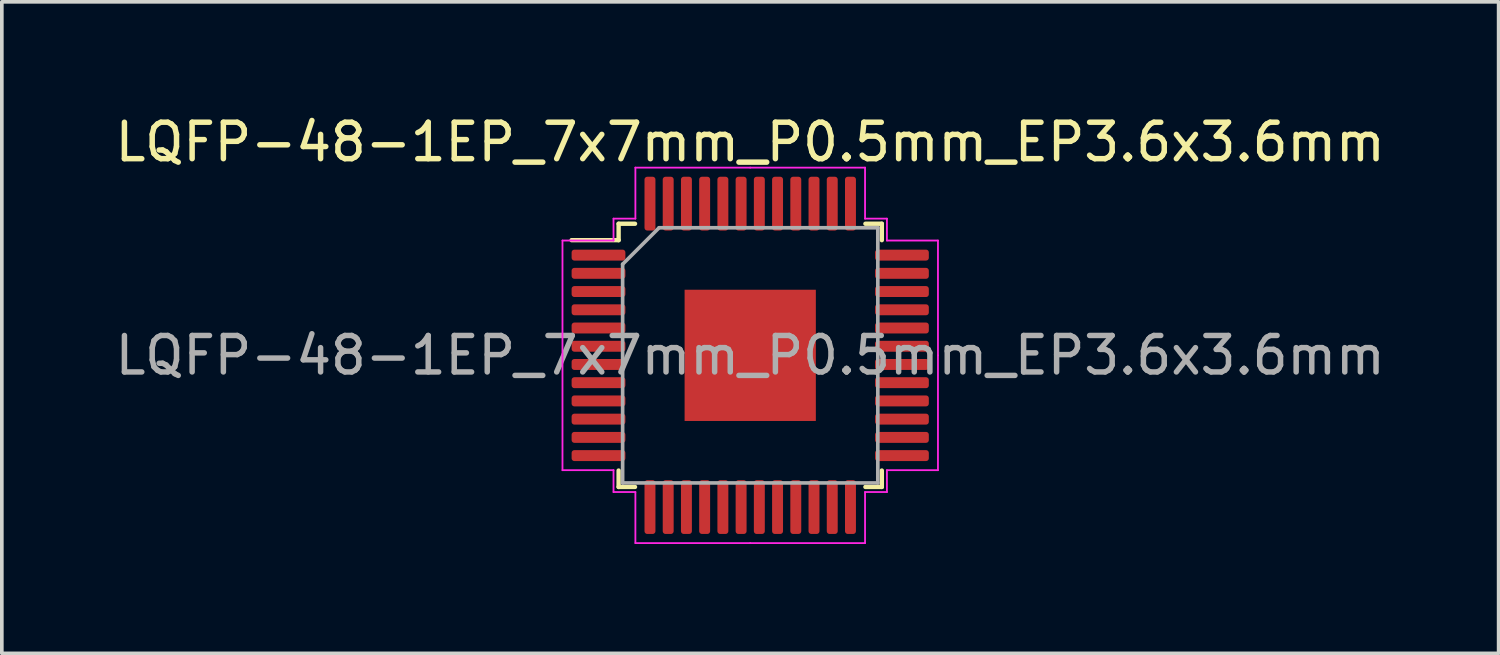
<source format=kicad_pcb>
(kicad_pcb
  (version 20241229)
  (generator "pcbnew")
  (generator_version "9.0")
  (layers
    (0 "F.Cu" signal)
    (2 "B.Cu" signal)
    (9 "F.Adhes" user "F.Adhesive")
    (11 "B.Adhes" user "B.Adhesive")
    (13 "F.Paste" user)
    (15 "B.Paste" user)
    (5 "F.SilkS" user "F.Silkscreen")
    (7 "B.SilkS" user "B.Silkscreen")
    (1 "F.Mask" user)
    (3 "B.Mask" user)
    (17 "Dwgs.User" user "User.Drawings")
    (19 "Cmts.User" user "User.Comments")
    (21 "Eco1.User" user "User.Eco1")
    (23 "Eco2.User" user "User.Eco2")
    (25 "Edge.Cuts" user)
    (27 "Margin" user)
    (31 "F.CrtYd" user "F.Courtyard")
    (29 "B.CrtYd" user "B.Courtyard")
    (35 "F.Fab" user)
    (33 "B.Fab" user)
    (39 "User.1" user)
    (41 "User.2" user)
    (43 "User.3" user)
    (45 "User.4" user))
  (footprint "LQFP-48-1EP_7x7mm_P0.5mm_EP3.6x3.6mm"
    (layer "F.Cu")
    (at 17.53 6.698)
    (property "Reference" "LQFP-48-1EP_7x7mm_P0.5mm_EP3.6x3.6mm" (at 0 -5.85 0) (layer "F.SilkS") (effects (font (size 1 1) (thickness 0.15))))
    (attr smd)
    (fp_line (start -3.61 -3.61) (end -3.61 -3.16) (stroke (width 0.12) (type solid)) (layer "F.SilkS"))
    (fp_line (start -3.61 -3.16) (end -4.9 -3.16) (stroke (width 0.12) (type solid)) (layer "F.SilkS"))
    (fp_line (start -3.61 3.61) (end -3.61 3.16) (stroke (width 0.12) (type solid)) (layer "F.SilkS"))
    (fp_line (start -3.16 -3.61) (end -3.61 -3.61) (stroke (width 0.12) (type solid)) (layer "F.SilkS"))
    (fp_line (start -3.16 3.61) (end -3.61 3.61) (stroke (width 0.12) (type solid)) (layer "F.SilkS"))
    (fp_line (start 3.16 -3.61) (end 3.61 -3.61) (stroke (width 0.12) (type solid)) (layer "F.SilkS"))
    (fp_line (start 3.16 3.61) (end 3.61 3.61) (stroke (width 0.12) (type solid)) (layer "F.SilkS"))
    (fp_line (start 3.61 -3.61) (end 3.61 -3.16) (stroke (width 0.12) (type solid)) (layer "F.SilkS"))
    (fp_line (start 3.61 3.61) (end 3.61 3.16) (stroke (width 0.12) (type solid)) (layer "F.SilkS"))
    (fp_line (start -5.15 -3.15) (end -5.15 0) (stroke (width 0.05) (type solid)) (layer "F.CrtYd"))
    (fp_line (start -5.15 3.15) (end -5.15 0) (stroke (width 0.05) (type solid)) (layer "F.CrtYd"))
    (fp_line (start -3.75 -3.75) (end -3.75 -3.15) (stroke (width 0.05) (type solid)) (layer "F.CrtYd"))
    (fp_line (start -3.75 -3.15) (end -5.15 -3.15) (stroke (width 0.05) (type solid)) (layer "F.CrtYd"))
    (fp_line (start -3.75 3.15) (end -5.15 3.15) (stroke (width 0.05) (type solid)) (layer "F.CrtYd"))
    (fp_line (start -3.75 3.75) (end -3.75 3.15) (stroke (width 0.05) (type solid)) (layer "F.CrtYd"))
    (fp_line (start -3.15 -5.15) (end -3.15 -3.75) (stroke (width 0.05) (type solid)) (layer "F.CrtYd"))
    (fp_line (start -3.15 -3.75) (end -3.75 -3.75) (stroke (width 0.05) (type solid)) (layer "F.CrtYd"))
    (fp_line (start -3.15 3.75) (end -3.75 3.75) (stroke (width 0.05) (type solid)) (layer "F.CrtYd"))
    (fp_line (start -3.15 5.15) (end -3.15 3.75) (stroke (width 0.05) (type solid)) (layer "F.CrtYd"))
    (fp_line (start 0 -5.15) (end -3.15 -5.15) (stroke (width 0.05) (type solid)) (layer "F.CrtYd"))
    (fp_line (start 0 -5.15) (end 3.15 -5.15) (stroke (width 0.05) (type solid)) (layer "F.CrtYd"))
    (fp_line (start 0 5.15) (end -3.15 5.15) (stroke (width 0.05) (type solid)) (layer "F.CrtYd"))
    (fp_line (start 0 5.15) (end 3.15 5.15) (stroke (width 0.05) (type solid)) (layer "F.CrtYd"))
    (fp_line (start 3.15 -5.15) (end 3.15 -3.75) (stroke (width 0.05) (type solid)) (layer "F.CrtYd"))
    (fp_line (start 3.15 -3.75) (end 3.75 -3.75) (stroke (width 0.05) (type solid)) (layer "F.CrtYd"))
    (fp_line (start 3.15 3.75) (end 3.75 3.75) (stroke (width 0.05) (type solid)) (layer "F.CrtYd"))
    (fp_line (start 3.15 5.15) (end 3.15 3.75) (stroke (width 0.05) (type solid)) (layer "F.CrtYd"))
    (fp_line (start 3.75 -3.75) (end 3.75 -3.15) (stroke (width 0.05) (type solid)) (layer "F.CrtYd"))
    (fp_line (start 3.75 -3.15) (end 5.15 -3.15) (stroke (width 0.05) (type solid)) (layer "F.CrtYd"))
    (fp_line (start 3.75 3.15) (end 5.15 3.15) (stroke (width 0.05) (type solid)) (layer "F.CrtYd"))
    (fp_line (start 3.75 3.75) (end 3.75 3.15) (stroke (width 0.05) (type solid)) (layer "F.CrtYd"))
    (fp_line (start 5.15 -3.15) (end 5.15 0) (stroke (width 0.05) (type solid)) (layer "F.CrtYd"))
    (fp_line (start 5.15 3.15) (end 5.15 0) (stroke (width 0.05) (type solid)) (layer "F.CrtYd"))
    (fp_line (start -3.5 -2.5) (end -2.5 -3.5) (stroke (width 0.1) (type solid)) (layer "F.Fab"))
    (fp_line (start -3.5 3.5) (end -3.5 -2.5) (stroke (width 0.1) (type solid)) (layer "F.Fab"))
    (fp_line (start -2.5 -3.5) (end 3.5 -3.5) (stroke (width 0.1) (type solid)) (layer "F.Fab"))
    (fp_line (start 3.5 -3.5) (end 3.5 3.5) (stroke (width 0.1) (type solid)) (layer "F.Fab"))
    (fp_line (start 3.5 3.5) (end -3.5 3.5) (stroke (width 0.1) (type solid)) (layer "F.Fab"))
    (fp_text user "${REFERENCE}" (at 0 0 0) (layer "F.Fab") (effects (font (size 1 1) (thickness 0.15))))
    (pad "" smd roundrect (at -1.2 -1.2) (size 0.97 0.97) (layers "F.Paste") (roundrect_rratio 0.25))
    (pad "" smd roundrect (at -1.2 0) (size 0.97 0.97) (layers "F.Paste") (roundrect_rratio 0.25))
    (pad "" smd roundrect (at -1.2 1.2) (size 0.97 0.97) (layers "F.Paste") (roundrect_rratio 0.25))
    (pad "" smd roundrect (at 0 -1.2) (size 0.97 0.97) (layers "F.Paste") (roundrect_rratio 0.25))
    (pad "" smd roundrect (at 0 0) (size 0.97 0.97) (layers "F.Paste") (roundrect_rratio 0.25))
    (pad "" smd roundrect (at 0 1.2) (size 0.97 0.97) (layers "F.Paste") (roundrect_rratio 0.25))
    (pad "" smd roundrect (at 1.2 -1.2) (size 0.97 0.97) (layers "F.Paste") (roundrect_rratio 0.25))
    (pad "" smd roundrect (at 1.2 0) (size 0.97 0.97) (layers "F.Paste") (roundrect_rratio 0.25))
    (pad "" smd roundrect (at 1.2 1.2) (size 0.97 0.97) (layers "F.Paste") (roundrect_rratio 0.25))
    (pad "1" smd roundrect (at -4.162 -2.75) (size 1.475 0.3) (layers "F.Cu" "F.Mask" "F.Paste") (roundrect_rratio 0.25))
    (pad "2" smd roundrect (at -4.162 -2.25) (size 1.475 0.3) (layers "F.Cu" "F.Mask" "F.Paste") (roundrect_rratio 0.25))
    (pad "3" smd roundrect (at -4.162 -1.75) (size 1.475 0.3) (layers "F.Cu" "F.Mask" "F.Paste") (roundrect_rratio 0.25))
    (pad "4" smd roundrect (at -4.162 -1.25) (size 1.475 0.3) (layers "F.Cu" "F.Mask" "F.Paste") (roundrect_rratio 0.25))
    (pad "5" smd roundrect (at -4.162 -0.75) (size 1.475 0.3) (layers "F.Cu" "F.Mask" "F.Paste") (roundrect_rratio 0.25))
    (pad "6" smd roundrect (at -4.162 -0.25) (size 1.475 0.3) (layers "F.Cu" "F.Mask" "F.Paste") (roundrect_rratio 0.25))
    (pad "7" smd roundrect (at -4.162 0.25) (size 1.475 0.3) (layers "F.Cu" "F.Mask" "F.Paste") (roundrect_rratio 0.25))
    (pad "8" smd roundrect (at -4.162 0.75) (size 1.475 0.3) (layers "F.Cu" "F.Mask" "F.Paste") (roundrect_rratio 0.25))
    (pad "9" smd roundrect (at -4.162 1.25) (size 1.475 0.3) (layers "F.Cu" "F.Mask" "F.Paste") (roundrect_rratio 0.25))
    (pad "10" smd roundrect (at -4.162 1.75) (size 1.475 0.3) (layers "F.Cu" "F.Mask" "F.Paste") (roundrect_rratio 0.25))
    (pad "11" smd roundrect (at -4.162 2.25) (size 1.475 0.3) (layers "F.Cu" "F.Mask" "F.Paste") (roundrect_rratio 0.25))
    (pad "12" smd roundrect (at -4.162 2.75) (size 1.475 0.3) (layers "F.Cu" "F.Mask" "F.Paste") (roundrect_rratio 0.25))
    (pad "13" smd roundrect (at -2.75 4.162) (size 0.3 1.475) (layers "F.Cu" "F.Mask" "F.Paste") (roundrect_rratio 0.25))
    (pad "14" smd roundrect (at -2.25 4.162) (size 0.3 1.475) (layers "F.Cu" "F.Mask" "F.Paste") (roundrect_rratio 0.25))
    (pad "15" smd roundrect (at -1.75 4.162) (size 0.3 1.475) (layers "F.Cu" "F.Mask" "F.Paste") (roundrect_rratio 0.25))
    (pad "16" smd roundrect (at -1.25 4.162) (size 0.3 1.475) (layers "F.Cu" "F.Mask" "F.Paste") (roundrect_rratio 0.25))
    (pad "17" smd roundrect (at -0.75 4.162) (size 0.3 1.475) (layers "F.Cu" "F.Mask" "F.Paste") (roundrect_rratio 0.25))
    (pad "18" smd roundrect (at -0.25 4.162) (size 0.3 1.475) (layers "F.Cu" "F.Mask" "F.Paste") (roundrect_rratio 0.25))
    (pad "19" smd roundrect (at 0.25 4.162) (size 0.3 1.475) (layers "F.Cu" "F.Mask" "F.Paste") (roundrect_rratio 0.25))
    (pad "20" smd roundrect (at 0.75 4.162) (size 0.3 1.475) (layers "F.Cu" "F.Mask" "F.Paste") (roundrect_rratio 0.25))
    (pad "21" smd roundrect (at 1.25 4.162) (size 0.3 1.475) (layers "F.Cu" "F.Mask" "F.Paste") (roundrect_rratio 0.25))
    (pad "22" smd roundrect (at 1.75 4.162) (size 0.3 1.475) (layers "F.Cu" "F.Mask" "F.Paste") (roundrect_rratio 0.25))
    (pad "23" smd roundrect (at 2.25 4.162) (size 0.3 1.475) (layers "F.Cu" "F.Mask" "F.Paste") (roundrect_rratio 0.25))
    (pad "24" smd roundrect (at 2.75 4.162) (size 0.3 1.475) (layers "F.Cu" "F.Mask" "F.Paste") (roundrect_rratio 0.25))
    (pad "25" smd roundrect (at 4.162 2.75) (size 1.475 0.3) (layers "F.Cu" "F.Mask" "F.Paste") (roundrect_rratio 0.25))
    (pad "26" smd roundrect (at 4.162 2.25) (size 1.475 0.3) (layers "F.Cu" "F.Mask" "F.Paste") (roundrect_rratio 0.25))
    (pad "27" smd roundrect (at 4.162 1.75) (size 1.475 0.3) (layers "F.Cu" "F.Mask" "F.Paste") (roundrect_rratio 0.25))
    (pad "28" smd roundrect (at 4.162 1.25) (size 1.475 0.3) (layers "F.Cu" "F.Mask" "F.Paste") (roundrect_rratio 0.25))
    (pad "29" smd roundrect (at 4.162 0.75) (size 1.475 0.3) (layers "F.Cu" "F.Mask" "F.Paste") (roundrect_rratio 0.25))
    (pad "30" smd roundrect (at 4.162 0.25) (size 1.475 0.3) (layers "F.Cu" "F.Mask" "F.Paste") (roundrect_rratio 0.25))
    (pad "31" smd roundrect (at 4.162 -0.25) (size 1.475 0.3) (layers "F.Cu" "F.Mask" "F.Paste") (roundrect_rratio 0.25))
    (pad "32" smd roundrect (at 4.162 -0.75) (size 1.475 0.3) (layers "F.Cu" "F.Mask" "F.Paste") (roundrect_rratio 0.25))
    (pad "33" smd roundrect (at 4.162 -1.25) (size 1.475 0.3) (layers "F.Cu" "F.Mask" "F.Paste") (roundrect_rratio 0.25))
    (pad "34" smd roundrect (at 4.162 -1.75) (size 1.475 0.3) (layers "F.Cu" "F.Mask" "F.Paste") (roundrect_rratio 0.25))
    (pad "35" smd roundrect (at 4.162 -2.25) (size 1.475 0.3) (layers "F.Cu" "F.Mask" "F.Paste") (roundrect_rratio 0.25))
    (pad "36" smd roundrect (at 4.162 -2.75) (size 1.475 0.3) (layers "F.Cu" "F.Mask" "F.Paste") (roundrect_rratio 0.25))
    (pad "37" smd roundrect (at 2.75 -4.162) (size 0.3 1.475) (layers "F.Cu" "F.Mask" "F.Paste") (roundrect_rratio 0.25))
    (pad "38" smd roundrect (at 2.25 -4.162) (size 0.3 1.475) (layers "F.Cu" "F.Mask" "F.Paste") (roundrect_rratio 0.25))
    (pad "39" smd roundrect (at 1.75 -4.162) (size 0.3 1.475) (layers "F.Cu" "F.Mask" "F.Paste") (roundrect_rratio 0.25))
    (pad "40" smd roundrect (at 1.25 -4.162) (size 0.3 1.475) (layers "F.Cu" "F.Mask" "F.Paste") (roundrect_rratio 0.25))
    (pad "41" smd roundrect (at 0.75 -4.162) (size 0.3 1.475) (layers "F.Cu" "F.Mask" "F.Paste") (roundrect_rratio 0.25))
    (pad "42" smd roundrect (at 0.25 -4.162) (size 0.3 1.475) (layers "F.Cu" "F.Mask" "F.Paste") (roundrect_rratio 0.25))
    (pad "43" smd roundrect (at -0.25 -4.162) (size 0.3 1.475) (layers "F.Cu" "F.Mask" "F.Paste") (roundrect_rratio 0.25))
    (pad "44" smd roundrect (at -0.75 -4.162) (size 0.3 1.475) (layers "F.Cu" "F.Mask" "F.Paste") (roundrect_rratio 0.25))
    (pad "45" smd roundrect (at -1.25 -4.162) (size 0.3 1.475) (layers "F.Cu" "F.Mask" "F.Paste") (roundrect_rratio 0.25))
    (pad "46" smd roundrect (at -1.75 -4.162) (size 0.3 1.475) (layers "F.Cu" "F.Mask" "F.Paste") (roundrect_rratio 0.25))
    (pad "47" smd roundrect (at -2.25 -4.162) (size 0.3 1.475) (layers "F.Cu" "F.Mask" "F.Paste") (roundrect_rratio 0.25))
    (pad "48" smd roundrect (at -2.75 -4.162) (size 0.3 1.475) (layers "F.Cu" "F.Mask" "F.Paste") (roundrect_rratio 0.25))
    (pad "49" smd rect (at 0 0) (size 3.6 3.6) (layers "F.Cu" "F.Mask")))
  (gr_rect
    (start -3 -3)
    (end 38.06 14.873)
    (stroke (width 0.1) (type default))
    (fill no)
    (layer "Edge.Cuts")))
</source>
